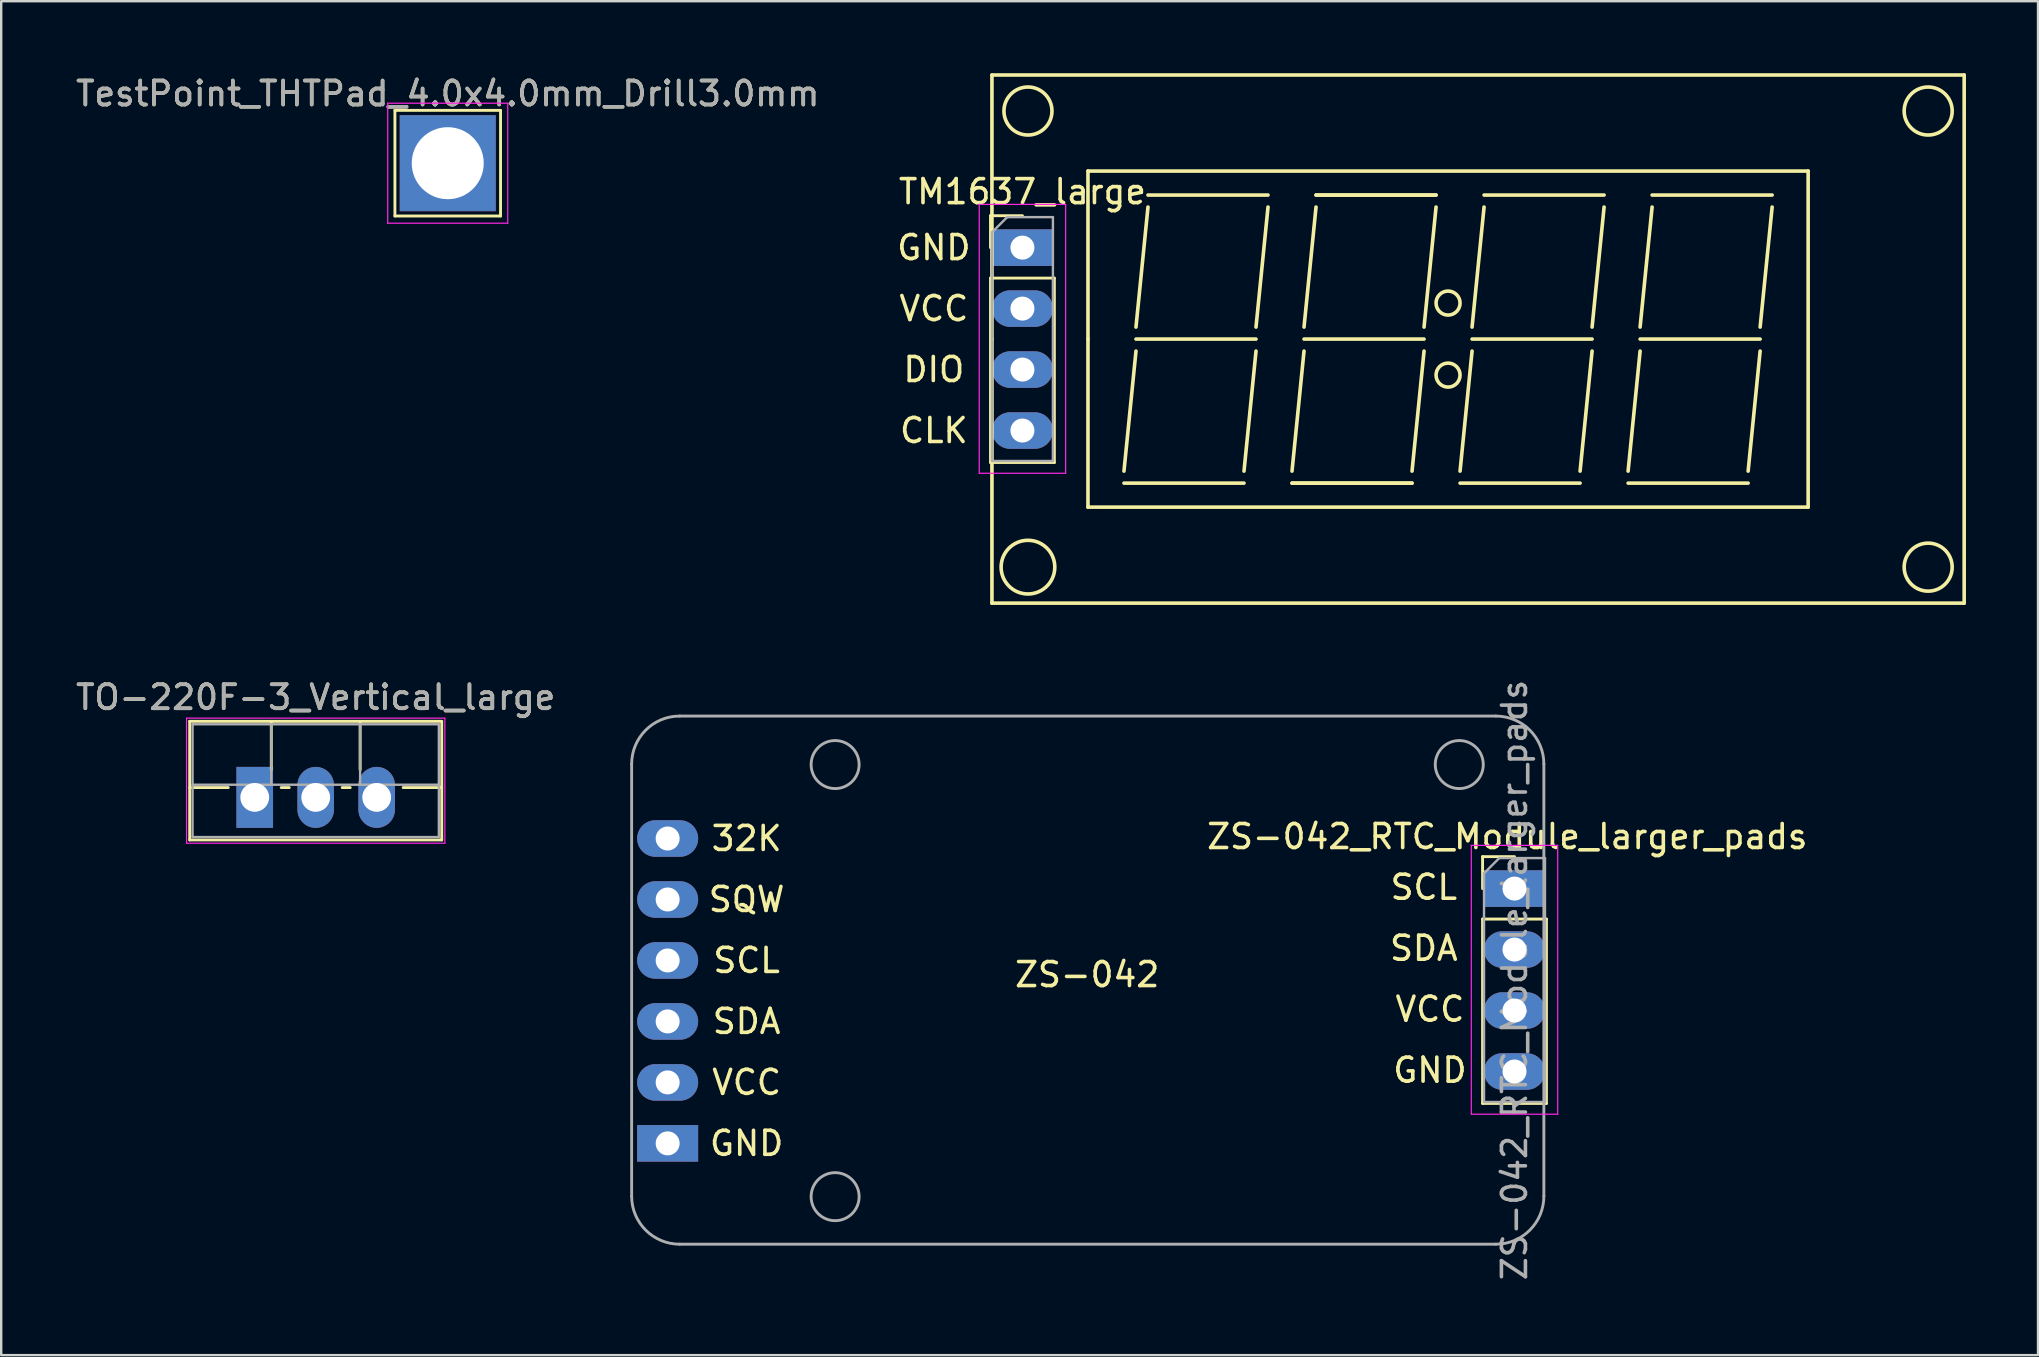
<source format=kicad_pcb>
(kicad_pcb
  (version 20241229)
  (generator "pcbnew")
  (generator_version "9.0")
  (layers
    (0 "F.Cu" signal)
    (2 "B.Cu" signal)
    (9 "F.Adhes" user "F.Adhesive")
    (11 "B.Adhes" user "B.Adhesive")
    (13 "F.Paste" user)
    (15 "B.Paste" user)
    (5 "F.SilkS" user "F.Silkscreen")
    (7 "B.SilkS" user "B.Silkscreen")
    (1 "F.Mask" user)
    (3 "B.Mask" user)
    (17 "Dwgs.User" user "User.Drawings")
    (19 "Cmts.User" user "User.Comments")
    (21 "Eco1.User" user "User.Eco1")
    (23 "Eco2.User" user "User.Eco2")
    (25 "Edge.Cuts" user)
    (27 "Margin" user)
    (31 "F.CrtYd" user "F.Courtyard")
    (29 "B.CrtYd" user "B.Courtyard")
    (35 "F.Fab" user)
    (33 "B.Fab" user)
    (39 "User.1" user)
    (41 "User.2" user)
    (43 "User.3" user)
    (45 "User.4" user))
  (footprint "TestPoint_THTPad_4.0x4.0mm_Drill3.0mm"
    (layer "F.Cu")
    (at 15.601 3.748)
    (property "Reference" "TestPoint_THTPad_4.0x4.0mm_Drill3.0mm" (at 0 -2.898 0) (layer "F.SilkS") (effects (font (size 1 1) (thickness 0.15))))
    (attr exclude_from_pos_files exclude_from_bom)
    (fp_line (start -2.2 -2.2) (end 2.2 -2.2) (stroke (width 0.12) (type solid)) (layer "F.SilkS"))
    (fp_line (start -2.2 2.2) (end -2.2 -2.2) (stroke (width 0.12) (type solid)) (layer "F.SilkS"))
    (fp_line (start 2.2 -2.2) (end 2.2 2.2) (stroke (width 0.12) (type solid)) (layer "F.SilkS"))
    (fp_line (start 2.2 2.2) (end -2.2 2.2) (stroke (width 0.12) (type solid)) (layer "F.SilkS"))
    (fp_line (start -2.5 -2.5) (end -2.5 2.5) (stroke (width 0.05) (type solid)) (layer "F.CrtYd"))
    (fp_line (start -2.5 -2.5) (end 2.5 -2.5) (stroke (width 0.05) (type solid)) (layer "F.CrtYd"))
    (fp_line (start 2.5 2.5) (end -2.5 2.5) (stroke (width 0.05) (type solid)) (layer "F.CrtYd"))
    (fp_line (start 2.5 2.5) (end 2.5 -2.5) (stroke (width 0.05) (type solid)) (layer "F.CrtYd"))
    (fp_text user "${REFERENCE}" (at 0 -2.9 0) (layer "F.Fab") (effects (font (size 1 1) (thickness 0.15))))
    (pad "1" thru_hole rect (at 0 0) (size 4 4) (drill 3) (layers "*.Cu" "*.Mask")))
  (footprint "ZS-042_RTC_Module_larger_pads"
    (layer "F.Cu")
    (at 61.238 26.799)
    (property "Reference" "ZS-042_RTC_Module_larger_pads" (at -1.5 5 0) (layer "F.SilkS") (effects (font (size 1 1) (thickness 0.15))))
    (attr through_hole)
    (fp_line (start -2.529 5.836) (end -1.199 5.836) (stroke (width 0.12) (type solid)) (layer "F.SilkS"))
    (fp_line (start -2.529 7.166) (end -2.529 5.836) (stroke (width 0.12) (type solid)) (layer "F.SilkS"))
    (fp_line (start -2.529 8.436) (end -2.529 16.116) (stroke (width 0.12) (type solid)) (layer "F.SilkS"))
    (fp_line (start -2.529 8.436) (end 0.131 8.436) (stroke (width 0.12) (type solid)) (layer "F.SilkS"))
    (fp_line (start -2.529 16.116) (end 0.131 16.116) (stroke (width 0.12) (type solid)) (layer "F.SilkS"))
    (fp_line (start 0.131 8.436) (end 0.131 16.116) (stroke (width 0.12) (type solid)) (layer "F.SilkS"))
    (fp_line (start -2.999 5.366) (end -2.999 16.566) (stroke (width 0.05) (type solid)) (layer "F.CrtYd"))
    (fp_line (start -2.999 16.566) (end 0.601 16.566) (stroke (width 0.05) (type solid)) (layer "F.CrtYd"))
    (fp_line (start 0.601 5.366) (end -2.999 5.366) (stroke (width 0.05) (type solid)) (layer "F.CrtYd"))
    (fp_line (start 0.601 16.566) (end 0.601 5.366) (stroke (width 0.05) (type solid)) (layer "F.CrtYd"))
    (fp_line (start -37.976 1.98) (end -37.976 19.98) (stroke (width 0.12) (type solid)) (layer "F.Fab"))
    (fp_line (start -35.976 21.98) (end -1.976 21.98) (stroke (width 0.12) (type solid)) (layer "F.Fab"))
    (fp_line (start -2.469 6.531) (end -1.834 5.896) (stroke (width 0.1) (type solid)) (layer "F.Fab"))
    (fp_line (start -2.469 16.056) (end -2.469 6.531) (stroke (width 0.1) (type solid)) (layer "F.Fab"))
    (fp_line (start -1.976 -0.02) (end -35.976 -0.02) (stroke (width 0.12) (type solid)) (layer "F.Fab"))
    (fp_line (start -1.834 5.896) (end 0.071 5.896) (stroke (width 0.1) (type solid)) (layer "F.Fab"))
    (fp_line (start 0.024 19.98) (end 0.024 1.98) (stroke (width 0.12) (type solid)) (layer "F.Fab"))
    (fp_line (start 0.071 5.896) (end 0.071 16.056) (stroke (width 0.1) (type solid)) (layer "F.Fab"))
    (fp_line (start 0.071 16.056) (end -2.469 16.056) (stroke (width 0.1) (type solid)) (layer "F.Fab"))
    (fp_arc (start -37.976 1.98) (mid -37.390214 0.565786) (end -35.976 -0.02) (stroke (width 0.12) (type solid)) (layer "F.Fab"))
    (fp_arc (start -35.976 21.98) (mid -37.390214 21.394214) (end -37.976 19.98) (stroke (width 0.12) (type solid)) (layer "F.Fab"))
    (fp_arc (start -1.976 -0.02) (mid -0.561786 0.565786) (end 0.024 1.98) (stroke (width 0.12) (type solid)) (layer "F.Fab"))
    (fp_arc (start 0.024 19.98) (mid -0.561786 21.394214) (end -1.976 21.98) (stroke (width 0.12) (type solid)) (layer "F.Fab"))
    (fp_circle (center -29.5 2) (end -29.5 1) (stroke (width 0.12) (type solid)) (fill no) (layer "F.Fab"))
    (fp_circle (center -29.5 20) (end -29.5 19) (stroke (width 0.12) (type solid)) (fill no) (layer "F.Fab"))
    (fp_circle (center -3.5 2) (end -3.5 1) (stroke (width 0.12) (type solid)) (fill no) (layer "F.Fab"))
    (fp_text user "SCL" (at -33.186 10.16 0) (layer "F.SilkS") (effects (font (size 1 1) (thickness 0.15))))
    (fp_text user "GND" (at -33.186 17.78 0) (layer "F.SilkS") (effects (font (size 1 1) (thickness 0.15))))
    (fp_text user "SQW" (at -33.186 7.62 0) (layer "F.SilkS") (effects (font (size 1 1) (thickness 0.15))))
    (fp_text user "GND" (at -4.722 14.732 0) (layer "F.SilkS") (effects (font (size 1 1) (thickness 0.15))))
    (fp_text user "VCC" (at -4.722 12.192 0) (layer "F.SilkS") (effects (font (size 1 1) (thickness 0.15))))
    (fp_text user "SCL" (at -4.976 7.112 0) (layer "F.SilkS") (effects (font (size 1 1) (thickness 0.15))))
    (fp_text user "32K" (at -33.186 5.08 0) (layer "F.SilkS") (effects (font (size 1 1) (thickness 0.15))))
    (fp_text user "SDA" (at -4.976 9.652 0) (layer "F.SilkS") (effects (font (size 1 1) (thickness 0.15))))
    (fp_text user "VCC" (at -33.186 15.24 0) (layer "F.SilkS") (effects (font (size 1 1) (thickness 0.15))))
    (fp_text user "SDA" (at -33.186 12.7 0) (layer "F.SilkS") (effects (font (size 1 1) (thickness 0.15))))
    (fp_text user "ZS-042" (at -19 10.75 0) (layer "F.SilkS") (effects (font (size 1 1) (thickness 0.15))))
    (fp_text user "${REFERENCE}" (at -1.199 10.976 90) (layer "F.Fab") (effects (font (size 1 1) (thickness 0.15))))
    (pad "1" thru_hole oval (at -36.476 10.16) (size 2.54 1.524) (drill 1) (layers "*.Cu" "*.Mask"))
    (pad "1" thru_hole rect (at -1.199 7.166) (size 2.54 1.524) (drill 1) (layers "*.Cu" "*.Mask"))
    (pad "2" thru_hole oval (at -36.476 12.7) (size 2.54 1.524) (drill 1) (layers "*.Cu" "*.Mask"))
    (pad "2" thru_hole oval (at -1.199 9.706) (size 2.54 1.524) (drill 1) (layers "*.Cu" "*.Mask"))
    (pad "3" thru_hole oval (at -36.476 15.24) (size 2.54 1.524) (drill 1) (layers "*.Cu" "*.Mask"))
    (pad "3" thru_hole oval (at -1.199 12.246) (size 2.54 1.524) (drill 1) (layers "*.Cu" "*.Mask"))
    (pad "4" thru_hole rect (at -36.476 17.78) (size 2.54 1.524) (drill 1) (layers "*.Cu" "*.Mask"))
    (pad "4" thru_hole oval (at -1.199 14.786) (size 2.54 1.524) (drill 1) (layers "*.Cu" "*.Mask"))
    (pad "5" thru_hole oval (at -36.476 5.08) (size 2.54 1.524) (drill 1) (layers "*.Cu" "*.Mask"))
    (pad "6" thru_hole oval (at -36.476 7.62) (size 2.54 1.524) (drill 1) (layers "*.Cu" "*.Mask")))
  (footprint "TM1637_large"
    (layer "F.Cu")
    (at 38.271 11.075)
    (property "Reference" "TM1637_large" (at 1.27 -6.14 0) (layer "F.SilkS") (effects (font (size 1 1) (thickness 0.15))))
    (attr through_hole)
    (fp_line (start -0.06 -5.14) (end 1.27 -5.14) (stroke (width 0.12) (type solid)) (layer "F.SilkS"))
    (fp_line (start -0.06 -3.81) (end -0.06 -5.14) (stroke (width 0.12) (type solid)) (layer "F.SilkS"))
    (fp_line (start -0.06 -2.54) (end -0.06 5.14) (stroke (width 0.12) (type solid)) (layer "F.SilkS"))
    (fp_line (start -0.06 -2.54) (end 2.6 -2.54) (stroke (width 0.12) (type solid)) (layer "F.SilkS"))
    (fp_line (start -0.06 5.14) (end 2.6 5.14) (stroke (width 0.12) (type solid)) (layer "F.SilkS"))
    (fp_line (start 0 -11) (end 40.5 -11) (stroke (width 0.15) (type solid)) (layer "F.SilkS"))
    (fp_line (start 0 0) (end 0 -11) (stroke (width 0.15) (type solid)) (layer "F.SilkS"))
    (fp_line (start 0 11) (end 0 0) (stroke (width 0.15) (type solid)) (layer "F.SilkS"))
    (fp_line (start 2.6 -2.54) (end 2.6 5.14) (stroke (width 0.12) (type solid)) (layer "F.SilkS"))
    (fp_line (start 4 -7) (end 34 -7) (stroke (width 0.15) (type solid)) (layer "F.SilkS"))
    (fp_line (start 4 0) (end 4 -7) (stroke (width 0.15) (type solid)) (layer "F.SilkS"))
    (fp_line (start 4 7) (end 4 0) (stroke (width 0.15) (type solid)) (layer "F.SilkS"))
    (fp_line (start 5.5 6) (end 10.5 6) (stroke (width 0.15) (type solid)) (layer "F.SilkS"))
    (fp_line (start 6 0) (end 11 0) (stroke (width 0.15) (type solid)) (layer "F.SilkS"))
    (fp_line (start 6 0.5) (end 5.5 5.5) (stroke (width 0.15) (type solid)) (layer "F.SilkS"))
    (fp_line (start 6.5 -6) (end 11.5 -6) (stroke (width 0.15) (type solid)) (layer "F.SilkS"))
    (fp_line (start 6.5 -5.5) (end 6 -0.5) (stroke (width 0.15) (type solid)) (layer "F.SilkS"))
    (fp_line (start 11 0.5) (end 10.5 5.5) (stroke (width 0.15) (type solid)) (layer "F.SilkS"))
    (fp_line (start 11.5 -5.5) (end 11 -0.5) (stroke (width 0.15) (type solid)) (layer "F.SilkS"))
    (fp_line (start 12.5 6) (end 17.5 6) (stroke (width 0.15) (type solid)) (layer "F.SilkS"))
    (fp_line (start 12.5 6) (end 17.5 6) (stroke (width 0.15) (type solid)) (layer "F.SilkS"))
    (fp_line (start 13 0) (end 18 0) (stroke (width 0.15) (type solid)) (layer "F.SilkS"))
    (fp_line (start 13 0.5) (end 12.5 5.5) (stroke (width 0.15) (type solid)) (layer "F.SilkS"))
    (fp_line (start 13.5 -6) (end 18.5 -6) (stroke (width 0.15) (type solid)) (layer "F.SilkS"))
    (fp_line (start 13.5 -6) (end 18.5 -6) (stroke (width 0.15) (type solid)) (layer "F.SilkS"))
    (fp_line (start 13.5 -5.5) (end 13 -0.5) (stroke (width 0.15) (type solid)) (layer "F.SilkS"))
    (fp_line (start 18 0.5) (end 17.5 5.5) (stroke (width 0.15) (type solid)) (layer "F.SilkS"))
    (fp_line (start 18.5 -5.5) (end 18 -0.5) (stroke (width 0.15) (type solid)) (layer "F.SilkS"))
    (fp_line (start 19.5 6) (end 24.5 6) (stroke (width 0.15) (type solid)) (layer "F.SilkS"))
    (fp_line (start 20 0) (end 25 0) (stroke (width 0.15) (type solid)) (layer "F.SilkS"))
    (fp_line (start 20 0.5) (end 19.5 5.5) (stroke (width 0.15) (type solid)) (layer "F.SilkS"))
    (fp_line (start 20.5 -6) (end 25.5 -6) (stroke (width 0.15) (type solid)) (layer "F.SilkS"))
    (fp_line (start 20.5 -5.5) (end 20 -0.5) (stroke (width 0.15) (type solid)) (layer "F.SilkS"))
    (fp_line (start 25 0.5) (end 24.5 5.5) (stroke (width 0.15) (type solid)) (layer "F.SilkS"))
    (fp_line (start 25.5 -5.5) (end 25 -0.5) (stroke (width 0.15) (type solid)) (layer "F.SilkS"))
    (fp_line (start 26.5 6) (end 31.5 6) (stroke (width 0.15) (type solid)) (layer "F.SilkS"))
    (fp_line (start 27 0) (end 32 0) (stroke (width 0.15) (type solid)) (layer "F.SilkS"))
    (fp_line (start 27 0.5) (end 26.5 5.5) (stroke (width 0.15) (type solid)) (layer "F.SilkS"))
    (fp_line (start 27.5 -6) (end 32.5 -6) (stroke (width 0.15) (type solid)) (layer "F.SilkS"))
    (fp_line (start 27.5 -5.5) (end 27 -0.5) (stroke (width 0.15) (type solid)) (layer "F.SilkS"))
    (fp_line (start 32 0.5) (end 31.5 5.5) (stroke (width 0.15) (type solid)) (layer "F.SilkS"))
    (fp_line (start 32.5 -5.5) (end 32 -0.5) (stroke (width 0.15) (type solid)) (layer "F.SilkS"))
    (fp_line (start 34 -7) (end 34 7) (stroke (width 0.15) (type solid)) (layer "F.SilkS"))
    (fp_line (start 34 7) (end 4 7) (stroke (width 0.15) (type solid)) (layer "F.SilkS"))
    (fp_line (start 40.5 -11) (end 40.5 11) (stroke (width 0.15) (type solid)) (layer "F.SilkS"))
    (fp_line (start 40.5 11) (end 0 11) (stroke (width 0.15) (type solid)) (layer "F.SilkS"))
    (fp_circle (center 1.5 -9.5) (end 0.5 -9.5) (stroke (width 0.15) (type solid)) (fill no) (layer "F.SilkS"))
    (fp_circle (center 1.5 9.5) (end 0.5 10) (stroke (width 0.15) (type solid)) (fill no) (layer "F.SilkS"))
    (fp_circle (center 19 -1.5) (end 18.5 -1.5) (stroke (width 0.15) (type solid)) (fill no) (layer "F.SilkS"))
    (fp_circle (center 19 1.5) (end 18.5 1.5) (stroke (width 0.15) (type solid)) (fill no) (layer "F.SilkS"))
    (fp_circle (center 39 -9.5) (end 40 -9.5) (stroke (width 0.15) (type solid)) (fill no) (layer "F.SilkS"))
    (fp_circle (center 39 9.5) (end 40 9.5) (stroke (width 0.15) (type solid)) (fill no) (layer "F.SilkS"))
    (fp_line (start -0.53 -5.61) (end -0.53 5.59) (stroke (width 0.05) (type solid)) (layer "F.CrtYd"))
    (fp_line (start -0.53 5.59) (end 3.07 5.59) (stroke (width 0.05) (type solid)) (layer "F.CrtYd"))
    (fp_line (start 3.07 -5.61) (end -0.53 -5.61) (stroke (width 0.05) (type solid)) (layer "F.CrtYd"))
    (fp_line (start 3.07 5.59) (end 3.07 -5.61) (stroke (width 0.05) (type solid)) (layer "F.CrtYd"))
    (fp_line (start 0 -4.445) (end 0.635 -5.08) (stroke (width 0.1) (type solid)) (layer "F.Fab"))
    (fp_line (start 0 5.08) (end 0 -4.445) (stroke (width 0.1) (type solid)) (layer "F.Fab"))
    (fp_line (start 0.635 -5.08) (end 2.54 -5.08) (stroke (width 0.1) (type solid)) (layer "F.Fab"))
    (fp_line (start 2.54 -5.08) (end 2.54 5.08) (stroke (width 0.1) (type solid)) (layer "F.Fab"))
    (fp_line (start 2.54 5.08) (end 0 5.08) (stroke (width 0.1) (type solid)) (layer "F.Fab"))
    (fp_text user "GND" (at -2.42 -3.81 0) (layer "F.SilkS") (effects (font (size 1 1) (thickness 0.15))))
    (fp_text user "VCC" (at -2.42 -1.27 0) (layer "F.SilkS") (effects (font (size 1 1) (thickness 0.15))))
    (fp_text user "CLK" (at -2.42 3.81 0) (layer "F.SilkS") (effects (font (size 1 1) (thickness 0.15))))
    (fp_text user "DIO" (at -2.42 1.27 0) (layer "F.SilkS") (effects (font (size 1 1) (thickness 0.15))))
    (pad "1" thru_hole rect (at 1.27 -3.81) (size 2.54 1.524) (drill 1) (layers "*.Cu" "*.Mask"))
    (pad "2" thru_hole oval (at 1.27 -1.27) (size 2.54 1.524) (drill 1) (layers "*.Cu" "*.Mask"))
    (pad "3" thru_hole oval (at 1.27 1.27) (size 2.54 1.524) (drill 1) (layers "*.Cu" "*.Mask"))
    (pad "4" thru_hole oval (at 1.27 3.81) (size 2.54 1.524) (drill 1) (layers "*.Cu" "*.Mask")))
  (footprint "TO-220F-3_Vertical_large"
    (layer "F.Cu")
    (at 7.561 30.166)
    (property "Reference" "TO-220F-3_Vertical_large" (at 2.54 -4.168 0) (layer "F.SilkS") (effects (font (size 1 1) (thickness 0.15))))
    (attr through_hole)
    (fp_line (start -2.71 -3.168) (end -2.71 1.773) (stroke (width 0.12) (type solid)) (layer "F.SilkS"))
    (fp_line (start -2.71 -3.168) (end 7.79 -3.168) (stroke (width 0.12) (type solid)) (layer "F.SilkS"))
    (fp_line (start -2.71 -0.408) (end -1.103 -0.408) (stroke (width 0.12) (type solid)) (layer "F.SilkS"))
    (fp_line (start -2.71 1.773) (end 7.79 1.773) (stroke (width 0.12) (type solid)) (layer "F.SilkS"))
    (fp_line (start 0.69 -3.168) (end 0.69 -1.15) (stroke (width 0.12) (type solid)) (layer "F.SilkS"))
    (fp_line (start 1.103 -0.408) (end 1.438 -0.408) (stroke (width 0.12) (type solid)) (layer "F.SilkS"))
    (fp_line (start 3.643 -0.408) (end 3.978 -0.408) (stroke (width 0.12) (type solid)) (layer "F.SilkS"))
    (fp_line (start 4.391 -3.168) (end 4.391 -1.15) (stroke (width 0.12) (type solid)) (layer "F.SilkS"))
    (fp_line (start 6.183 -0.408) (end 7.79 -0.408) (stroke (width 0.12) (type solid)) (layer "F.SilkS"))
    (fp_line (start 7.79 -3.168) (end 7.79 1.773) (stroke (width 0.12) (type solid)) (layer "F.SilkS"))
    (fp_line (start -2.84 -3.3) (end -2.84 1.91) (stroke (width 0.05) (type solid)) (layer "F.CrtYd"))
    (fp_line (start -2.84 1.91) (end 7.92 1.91) (stroke (width 0.05) (type solid)) (layer "F.CrtYd"))
    (fp_line (start 7.92 -3.3) (end -2.84 -3.3) (stroke (width 0.05) (type solid)) (layer "F.CrtYd"))
    (fp_line (start 7.92 1.91) (end 7.92 -3.3) (stroke (width 0.05) (type solid)) (layer "F.CrtYd"))
    (fp_line (start -2.59 -3.047) (end -2.59 1.653) (stroke (width 0.1) (type solid)) (layer "F.Fab"))
    (fp_line (start -2.59 -0.527) (end 7.67 -0.527) (stroke (width 0.1) (type solid)) (layer "F.Fab"))
    (fp_line (start -2.59 1.653) (end 7.67 1.653) (stroke (width 0.1) (type solid)) (layer "F.Fab"))
    (fp_line (start 0.69 -3.047) (end 0.69 -0.527) (stroke (width 0.1) (type solid)) (layer "F.Fab"))
    (fp_line (start 4.39 -3.047) (end 4.39 -0.527) (stroke (width 0.1) (type solid)) (layer "F.Fab"))
    (fp_line (start 7.67 -3.047) (end -2.59 -3.047) (stroke (width 0.1) (type solid)) (layer "F.Fab"))
    (fp_line (start 7.67 1.653) (end 7.67 -3.047) (stroke (width 0.1) (type solid)) (layer "F.Fab"))
    (fp_text user "${REFERENCE}" (at 2.54 -4.168 0) (layer "F.Fab") (effects (font (size 1 1) (thickness 0.15))))
    (pad "1" thru_hole rect (at 0 0) (size 1.524 2.54) (drill 1.2) (layers "*.Cu" "*.Mask"))
    (pad "2" thru_hole oval (at 2.54 0) (size 1.524 2.54) (drill 1.2) (layers "*.Cu" "*.Mask"))
    (pad "3" thru_hole oval (at 5.08 0) (size 1.524 2.54) (drill 1.2) (layers "*.Cu" "*.Mask")))
  (gr_rect
    (start -3 -3)
    (end 81.846 53.4)
    (stroke (width 0.1) (type default))
    (fill no)
    (layer "Edge.Cuts")))
</source>
